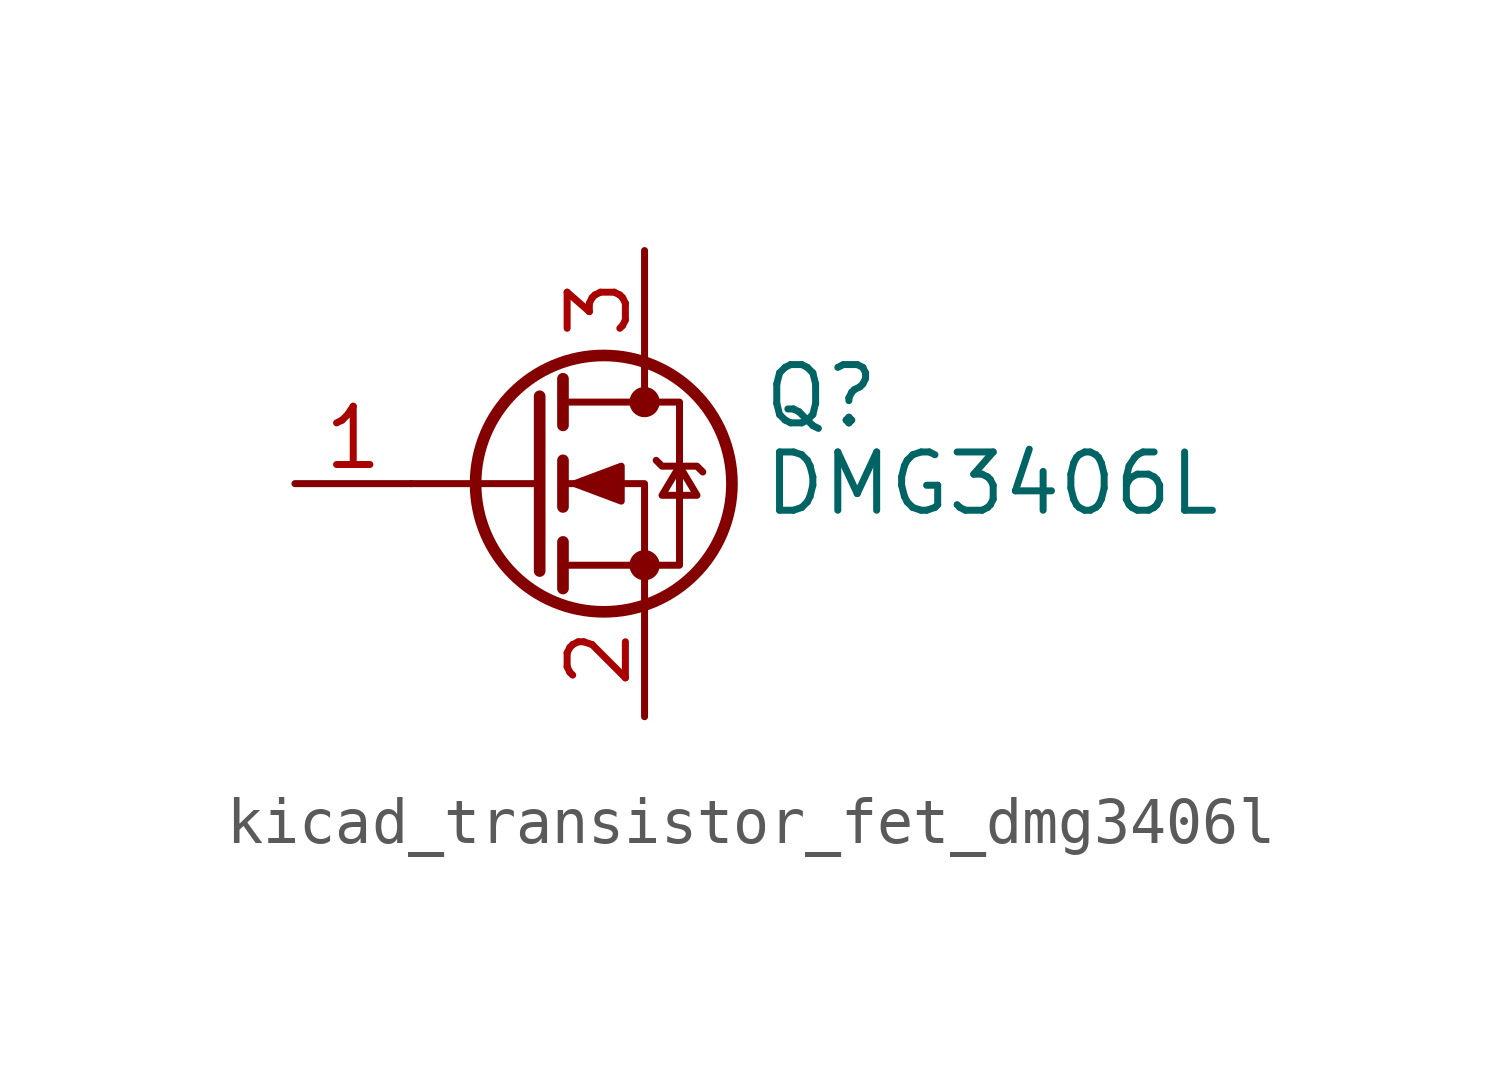
<source format=kicad_sym>
(kicad_symbol_lib
  (version 20220914)
  (generator kicad_symbol_editor)
  (symbol "kicad_transistor_fet_dmg3406l"
    (pin_names hide)
    (property "Reference" "Q"
      (at 5.08 1.905 0)
      (effects (font (size 1.27 1.27)) (justify left)))
    (property "Value" "DMG3406L"
      (at 5.08 0 0)
      (effects (font (size 1.27 1.27)) (justify left)))
    (symbol "kicad_transistor_fet_dmg3406l_0_1"
      (polyline (pts (xy 0.254 0) (xy -2.54 0)) (stroke (width 0) (type default)) (fill (type none)))
      (polyline (pts (xy 0.254 1.905) (xy 0.254 -1.905)) (stroke (width 0.254) (type default)) (fill (type none)))
      (polyline (pts (xy 0.762 -1.27) (xy 0.762 -2.286)) (stroke (width 0.254) (type default)) (fill (type none)))
      (polyline (pts (xy 0.762 0.508) (xy 0.762 -0.508)) (stroke (width 0.254) (type default)) (fill (type none)))
      (polyline (pts (xy 0.762 2.286) (xy 0.762 1.27)) (stroke (width 0.254) (type default)) (fill (type none)))
      (polyline (pts (xy 2.54 2.54) (xy 2.54 1.778)) (stroke (width 0) (type default)) (fill (type none)))
      (polyline (pts (xy 2.54 -2.54) (xy 2.54 0) (xy 0.762 0)) (stroke (width 0) (type default)) (fill (type none)))
      (polyline (pts (xy 0.762 -1.778) (xy 3.302 -1.778) (xy 3.302 1.778) (xy 0.762 1.778)) (stroke (width 0) (type default)) (fill (type none)))
      (polyline (pts (xy 1.016 0) (xy 2.032 0.381) (xy 2.032 -0.381) (xy 1.016 0)) (stroke (width 0) (type default)) (fill (type outline)))
      (polyline (pts (xy 2.794 0.508) (xy 2.921 0.381) (xy 3.683 0.381) (xy 3.81 0.254)) (stroke (width 0) (type default)) (fill (type none)))
      (polyline (pts (xy 3.302 0.381) (xy 2.921 -0.254) (xy 3.683 -0.254) (xy 3.302 0.381)) (stroke (width 0) (type default)) (fill (type none)))
      (circle (center 1.651 0) (radius 2.794) (stroke (width 0.254) (type default)) (fill (type none)))
      (circle (center 2.54 -1.778) (radius 0.254) (stroke (width 0) (type default)) (fill (type outline)))
      (circle (center 2.54 1.778) (radius 0.254) (stroke (width 0) (type default)) (fill (type outline))))
    (symbol "kicad_transistor_fet_dmg3406l_1_1"
      (pin input line (at -5.08 0 0) (length 2.54) (name "G" (effects (font (size 1.27 1.27)))) (number "1" (effects (font (size 1.27 1.27)))))
      (pin passive line (at 2.54 -5.08 90) (length 2.54) (name "S" (effects (font (size 1.27 1.27)))) (number "2" (effects (font (size 1.27 1.27)))))
      (pin passive line (at 2.54 5.08 270) (length 2.54) (name "D" (effects (font (size 1.27 1.27)))) (number "3" (effects (font (size 1.27 1.27))))))))
</source>
